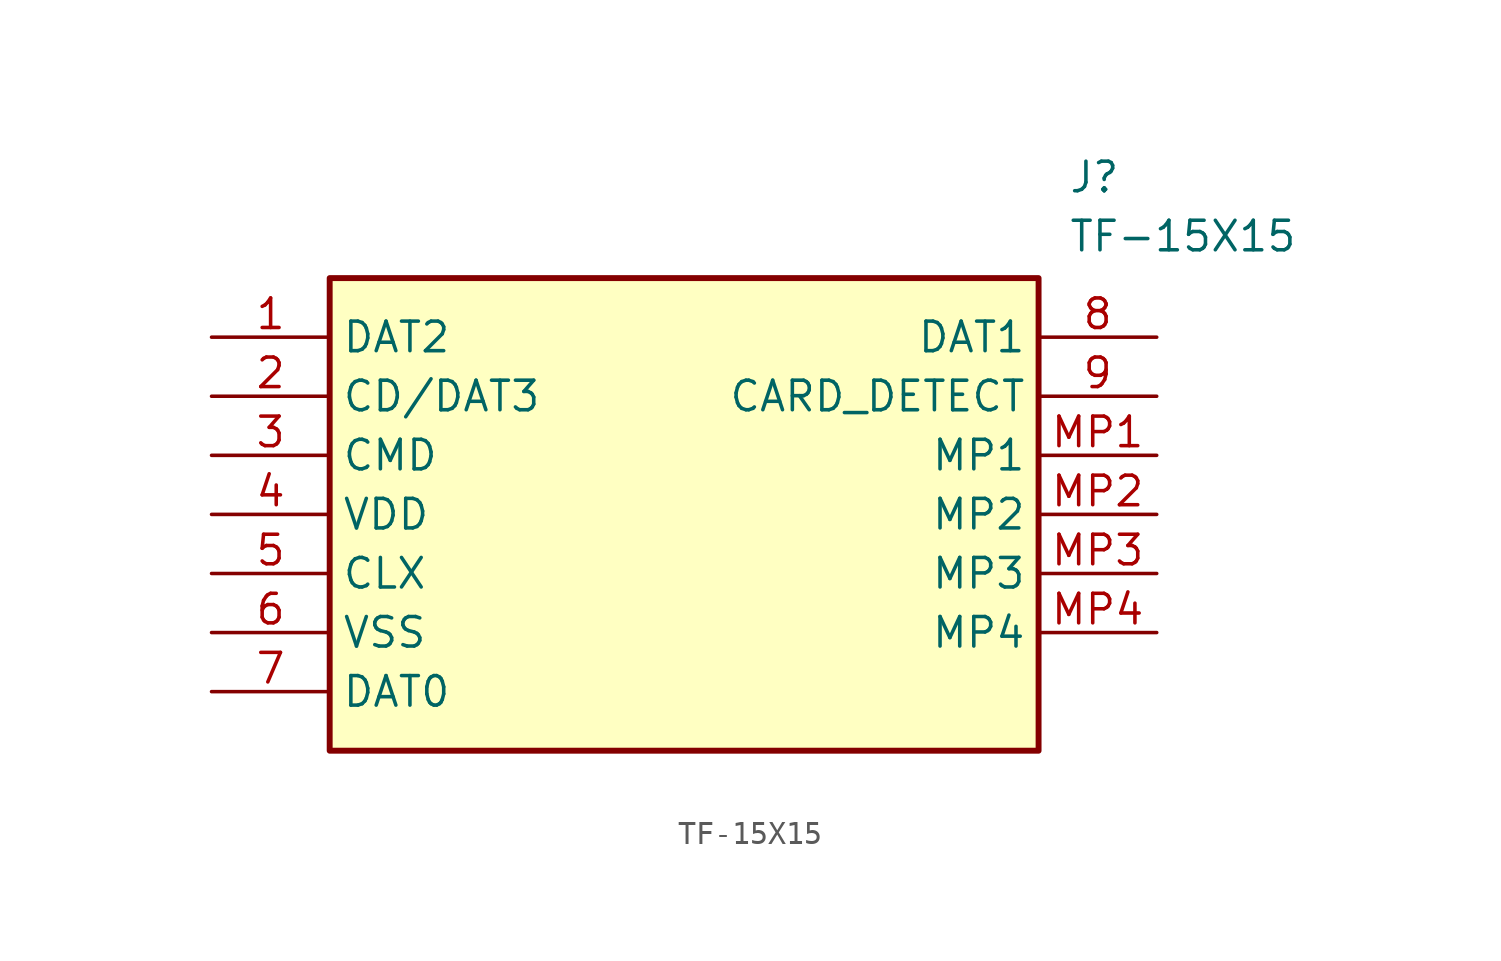
<source format=kicad_sym>
(kicad_symbol_lib
  (version 20211014)
  (generator SamacSys_ECAD_Model)
  (symbol "TF-15X15"
    (property "Reference" "J"
      (at 36.83 7.62 0)
      (effects (font (size 1.27 1.27)) (justify left top)))
    (property "Value" "TF-15X15"
      (at 36.83 5.08 0)
      (effects (font (size 1.27 1.27)) (justify left top)))
    (rectangle
      (start 5.08 2.54)
      (end 35.56 -17.78)
      (stroke (width 0.254) (type default))
      (fill (type background)))
    (pin passive line
      (at 0 0 0)
      (length 5.08)
      (name "DAT2" (effects (font (size 1.27 1.27))))
      (number "1" (effects (font (size 1.27 1.27)))))
    (pin passive line
      (at 0 -2.54 0)
      (length 5.08)
      (name "CD/DAT3" (effects (font (size 1.27 1.27))))
      (number "2" (effects (font (size 1.27 1.27)))))
    (pin passive line
      (at 0 -5.08 0)
      (length 5.08)
      (name "CMD" (effects (font (size 1.27 1.27))))
      (number "3" (effects (font (size 1.27 1.27)))))
    (pin passive line
      (at 0 -7.62 0)
      (length 5.08)
      (name "VDD" (effects (font (size 1.27 1.27))))
      (number "4" (effects (font (size 1.27 1.27)))))
    (pin passive line
      (at 0 -10.16 0)
      (length 5.08)
      (name "CLX" (effects (font (size 1.27 1.27))))
      (number "5" (effects (font (size 1.27 1.27)))))
    (pin passive line
      (at 0 -12.7 0)
      (length 5.08)
      (name "VSS" (effects (font (size 1.27 1.27))))
      (number "6" (effects (font (size 1.27 1.27)))))
    (pin passive line
      (at 0 -15.24 0)
      (length 5.08)
      (name "DAT0" (effects (font (size 1.27 1.27))))
      (number "7" (effects (font (size 1.27 1.27)))))
    (pin passive line
      (at 40.64 0 180)
      (length 5.08)
      (name "DAT1" (effects (font (size 1.27 1.27))))
      (number "8" (effects (font (size 1.27 1.27)))))
    (pin passive line
      (at 40.64 -2.54 180)
      (length 5.08)
      (name "CARD_DETECT" (effects (font (size 1.27 1.27))))
      (number "9" (effects (font (size 1.27 1.27)))))
    (pin passive line
      (at 40.64 -5.08 180)
      (length 5.08)
      (name "MP1" (effects (font (size 1.27 1.27))))
      (number "MP1" (effects (font (size 1.27 1.27)))))
    (pin passive line
      (at 40.64 -7.62 180)
      (length 5.08)
      (name "MP2" (effects (font (size 1.27 1.27))))
      (number "MP2" (effects (font (size 1.27 1.27)))))
    (pin passive line
      (at 40.64 -10.16 180)
      (length 5.08)
      (name "MP3" (effects (font (size 1.27 1.27))))
      (number "MP3" (effects (font (size 1.27 1.27)))))
    (pin passive line
      (at 40.64 -12.7 180)
      (length 5.08)
      (name "MP4" (effects (font (size 1.27 1.27))))
      (number "MP4" (effects (font (size 1.27 1.27)))))))
</source>
